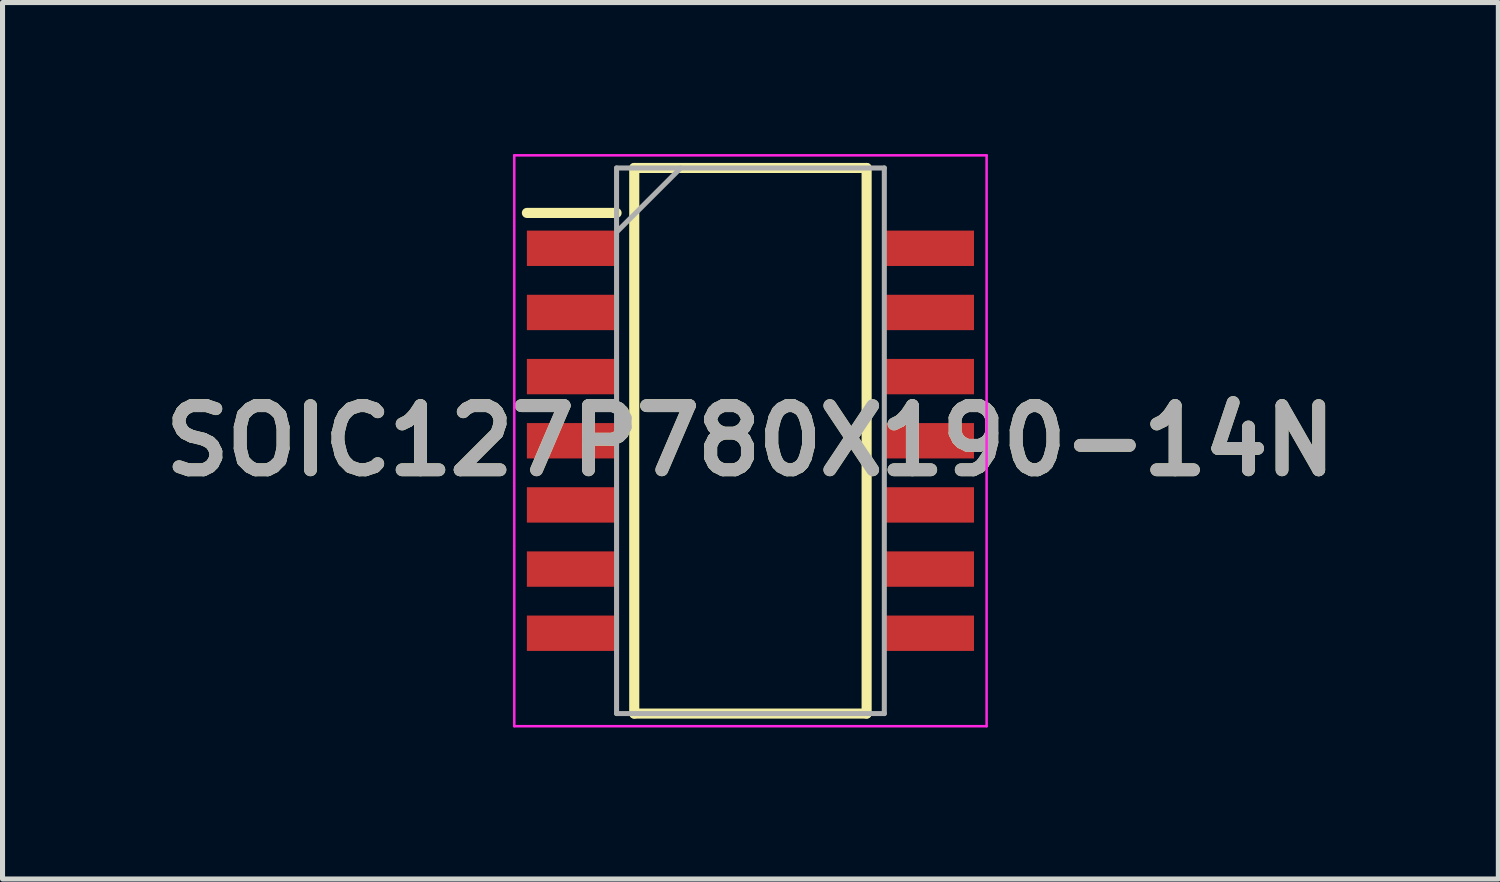
<source format=kicad_pcb>
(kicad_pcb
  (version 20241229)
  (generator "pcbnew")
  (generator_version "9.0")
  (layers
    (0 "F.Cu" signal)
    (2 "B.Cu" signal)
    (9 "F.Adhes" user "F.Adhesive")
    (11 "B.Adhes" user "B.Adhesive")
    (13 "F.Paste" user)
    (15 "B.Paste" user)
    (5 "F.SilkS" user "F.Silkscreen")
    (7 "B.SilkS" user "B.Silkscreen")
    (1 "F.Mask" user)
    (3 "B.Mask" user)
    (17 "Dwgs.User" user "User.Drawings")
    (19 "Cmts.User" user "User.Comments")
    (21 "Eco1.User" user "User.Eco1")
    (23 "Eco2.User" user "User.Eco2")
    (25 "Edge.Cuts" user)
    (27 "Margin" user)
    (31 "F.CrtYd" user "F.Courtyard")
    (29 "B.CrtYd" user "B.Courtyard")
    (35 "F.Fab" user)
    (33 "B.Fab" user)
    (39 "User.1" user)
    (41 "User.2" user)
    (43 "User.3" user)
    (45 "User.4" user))
  (footprint "SOIC127P780X190-14N"
    (layer "F.Cu")
    (at 11.805 5.675)
    (property "Reference" "SOIC127P780X190-14N" (at 0 0 0) (layer "F.SilkS") (effects (font (size 1.27 1.27) (thickness 0.254))))
    (attr smd)
    (fp_line (start -4.425 -4.51) (end -2.65 -4.51) (stroke (width 0.2) (type solid)) (layer "F.SilkS"))
    (fp_line (start -2.3 -5.4) (end 2.3 -5.4) (stroke (width 0.2) (type solid)) (layer "F.SilkS"))
    (fp_line (start -2.3 5.4) (end -2.3 -5.4) (stroke (width 0.2) (type solid)) (layer "F.SilkS"))
    (fp_line (start 2.3 -5.4) (end 2.3 5.4) (stroke (width 0.2) (type solid)) (layer "F.SilkS"))
    (fp_line (start 2.3 5.4) (end -2.3 5.4) (stroke (width 0.2) (type solid)) (layer "F.SilkS"))
    (fp_line (start -4.675 -5.65) (end 4.675 -5.65) (stroke (width 0.05) (type solid)) (layer "F.CrtYd"))
    (fp_line (start -4.675 5.65) (end -4.675 -5.65) (stroke (width 0.05) (type solid)) (layer "F.CrtYd"))
    (fp_line (start 4.675 -5.65) (end 4.675 5.65) (stroke (width 0.05) (type solid)) (layer "F.CrtYd"))
    (fp_line (start 4.675 5.65) (end -4.675 5.65) (stroke (width 0.05) (type solid)) (layer "F.CrtYd"))
    (fp_line (start -2.65 -5.4) (end 2.65 -5.4) (stroke (width 0.1) (type solid)) (layer "F.Fab"))
    (fp_line (start -2.65 -4.13) (end -1.38 -5.4) (stroke (width 0.1) (type solid)) (layer "F.Fab"))
    (fp_line (start -2.65 5.4) (end -2.65 -5.4) (stroke (width 0.1) (type solid)) (layer "F.Fab"))
    (fp_line (start 2.65 -5.4) (end 2.65 5.4) (stroke (width 0.1) (type solid)) (layer "F.Fab"))
    (fp_line (start 2.65 5.4) (end -2.65 5.4) (stroke (width 0.1) (type solid)) (layer "F.Fab"))
    (fp_text user "${REFERENCE}" (at 0 0 0) (layer "F.Fab") (effects (font (size 1.27 1.27) (thickness 0.254))))
    (pad "1" smd rect (at -3.538 -3.81 90) (size 0.7 1.775) (layers "F.Cu" "F.Mask" "F.Paste"))
    (pad "2" smd rect (at -3.538 -2.54 90) (size 0.7 1.775) (layers "F.Cu" "F.Mask" "F.Paste"))
    (pad "3" smd rect (at -3.538 -1.27 90) (size 0.7 1.775) (layers "F.Cu" "F.Mask" "F.Paste"))
    (pad "4" smd rect (at -3.538 0 90) (size 0.7 1.775) (layers "F.Cu" "F.Mask" "F.Paste"))
    (pad "5" smd rect (at -3.538 1.27 90) (size 0.7 1.775) (layers "F.Cu" "F.Mask" "F.Paste"))
    (pad "6" smd rect (at -3.538 2.54 90) (size 0.7 1.775) (layers "F.Cu" "F.Mask" "F.Paste"))
    (pad "7" smd rect (at -3.538 3.81 90) (size 0.7 1.775) (layers "F.Cu" "F.Mask" "F.Paste"))
    (pad "8" smd rect (at 3.538 3.81 90) (size 0.7 1.775) (layers "F.Cu" "F.Mask" "F.Paste"))
    (pad "9" smd rect (at 3.538 2.54 90) (size 0.7 1.775) (layers "F.Cu" "F.Mask" "F.Paste"))
    (pad "10" smd rect (at 3.538 1.27 90) (size 0.7 1.775) (layers "F.Cu" "F.Mask" "F.Paste"))
    (pad "11" smd rect (at 3.538 0 90) (size 0.7 1.775) (layers "F.Cu" "F.Mask" "F.Paste"))
    (pad "12" smd rect (at 3.538 -1.27 90) (size 0.7 1.775) (layers "F.Cu" "F.Mask" "F.Paste"))
    (pad "13" smd rect (at 3.538 -2.54 90) (size 0.7 1.775) (layers "F.Cu" "F.Mask" "F.Paste"))
    (pad "14" smd rect (at 3.538 -3.81 90) (size 0.7 1.775) (layers "F.Cu" "F.Mask" "F.Paste")))
  (gr_rect
    (start -3 -3)
    (end 26.61 14.35)
    (stroke (width 0.1) (type default))
    (fill no)
    (layer "Edge.Cuts")))
</source>
